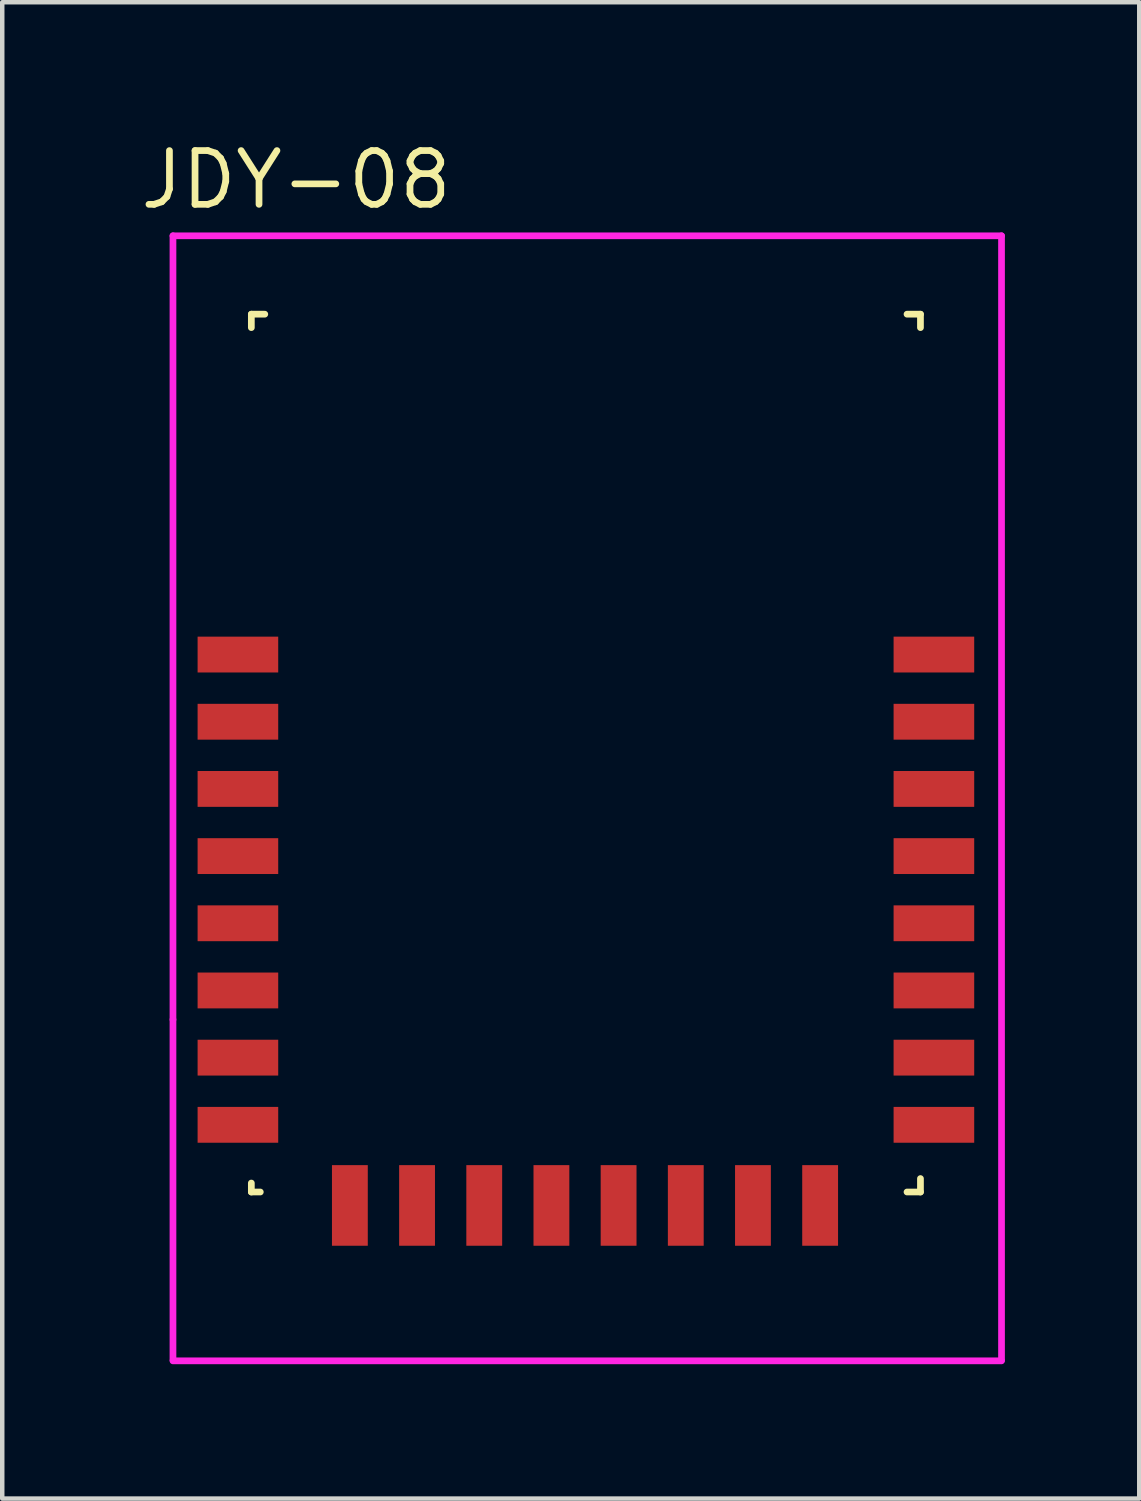
<source format=kicad_pcb>
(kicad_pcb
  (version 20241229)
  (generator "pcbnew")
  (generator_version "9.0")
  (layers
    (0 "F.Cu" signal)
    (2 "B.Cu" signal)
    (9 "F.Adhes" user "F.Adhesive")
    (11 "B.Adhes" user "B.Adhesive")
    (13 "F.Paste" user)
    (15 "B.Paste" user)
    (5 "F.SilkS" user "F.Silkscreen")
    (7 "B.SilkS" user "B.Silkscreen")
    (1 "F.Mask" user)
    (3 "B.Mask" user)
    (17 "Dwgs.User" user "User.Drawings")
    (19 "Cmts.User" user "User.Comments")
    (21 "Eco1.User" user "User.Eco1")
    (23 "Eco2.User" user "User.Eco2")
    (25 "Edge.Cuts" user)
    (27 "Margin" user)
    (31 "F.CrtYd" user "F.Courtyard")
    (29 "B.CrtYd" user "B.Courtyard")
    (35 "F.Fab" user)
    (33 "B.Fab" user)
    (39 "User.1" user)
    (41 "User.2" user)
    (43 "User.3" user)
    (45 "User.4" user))
  (footprint "JDY-08"
    (layer "F.Cu")
    (at 2.562 3.965)
    (property "Reference" "JDY-08" (at 1 -3 0) (layer "F.SilkS") (effects (font (size 1.2 1.2) (thickness 0.15))))
    (attr through_hole)
    (fp_line (start 0 0) (end 0 0.3) (stroke (width 0.15) (type solid)) (layer "F.SilkS"))
    (fp_line (start 0 19.6) (end 0 19.4) (stroke (width 0.15) (type solid)) (layer "F.SilkS"))
    (fp_line (start 0 19.6) (end 0.2 19.6) (stroke (width 0.15) (type solid)) (layer "F.SilkS"))
    (fp_line (start 0.3 0) (end 0 0) (stroke (width 0.15) (type solid)) (layer "F.SilkS"))
    (fp_line (start 14.94 0) (end 14.64 0) (stroke (width 0.15) (type solid)) (layer "F.SilkS"))
    (fp_line (start 14.94 0) (end 14.94 0.3) (stroke (width 0.15) (type solid)) (layer "F.SilkS"))
    (fp_line (start 14.94 19.3) (end 14.94 19.6) (stroke (width 0.15) (type solid)) (layer "F.SilkS"))
    (fp_line (start 14.94 19.6) (end 14.64 19.6) (stroke (width 0.15) (type solid)) (layer "F.SilkS"))
    (fp_line (start -1.75 -1.75) (end 16.75 -1.75) (stroke (width 0.15) (type solid)) (layer "F.CrtYd"))
    (fp_line (start -1.75 15.75) (end -1.75 -1.75) (stroke (width 0.15) (type solid)) (layer "F.CrtYd"))
    (fp_line (start -1.75 15.75) (end -1.75 23.35) (stroke (width 0.15) (type solid)) (layer "F.CrtYd"))
    (fp_line (start 16.75 -1.75) (end 16.75 15.75) (stroke (width 0.15) (type solid)) (layer "F.CrtYd"))
    (fp_line (start 16.75 15.8) (end 16.75 23.35) (stroke (width 0.15) (type solid)) (layer "F.CrtYd"))
    (fp_line (start 16.75 23.37) (end -1.75 23.37) (stroke (width 0.15) (type solid)) (layer "F.CrtYd"))
    (pad "1" smd rect (at -0.3 7.6 90) (size 0.8 1.8) (layers "F.Cu" "F.Mask" "F.Paste"))
    (pad "2" smd rect (at -0.3 9.1 90) (size 0.8 1.8) (layers "F.Cu" "F.Mask" "F.Paste"))
    (pad "3" smd rect (at -0.3 10.6 90) (size 0.8 1.8) (layers "F.Cu" "F.Mask" "F.Paste"))
    (pad "4" smd rect (at -0.3 12.1 90) (size 0.8 1.8) (layers "F.Cu" "F.Mask" "F.Paste"))
    (pad "5" smd rect (at -0.3 13.6 90) (size 0.8 1.8) (layers "F.Cu" "F.Mask" "F.Paste"))
    (pad "6" smd rect (at -0.3 15.1 90) (size 0.8 1.8) (layers "F.Cu" "F.Mask" "F.Paste"))
    (pad "7" smd rect (at -0.3 16.6 90) (size 0.8 1.8) (layers "F.Cu" "F.Mask" "F.Paste"))
    (pad "8" smd rect (at -0.3 18.1 90) (size 0.8 1.8) (layers "F.Cu" "F.Mask" "F.Paste"))
    (pad "9" smd rect (at 2.2 19.9) (size 0.8 1.8) (layers "F.Cu" "F.Mask" "F.Paste"))
    (pad "10" smd rect (at 3.7 19.9) (size 0.8 1.8) (layers "F.Cu" "F.Mask" "F.Paste"))
    (pad "11" smd rect (at 5.2 19.9) (size 0.8 1.8) (layers "F.Cu" "F.Mask" "F.Paste"))
    (pad "12" smd rect (at 6.7 19.9) (size 0.8 1.8) (layers "F.Cu" "F.Mask" "F.Paste"))
    (pad "13" smd rect (at 8.2 19.9) (size 0.8 1.8) (layers "F.Cu" "F.Mask" "F.Paste"))
    (pad "14" smd rect (at 9.7 19.9) (size 0.8 1.8) (layers "F.Cu" "F.Mask" "F.Paste"))
    (pad "15" smd rect (at 11.2 19.9) (size 0.8 1.8) (layers "F.Cu" "F.Mask" "F.Paste"))
    (pad "16" smd rect (at 12.7 19.9) (size 0.8 1.8) (layers "F.Cu" "F.Mask" "F.Paste"))
    (pad "17" smd rect (at 15.24 18.1 90) (size 0.8 1.8) (layers "F.Cu" "F.Mask" "F.Paste"))
    (pad "18" smd rect (at 15.24 16.6 90) (size 0.8 1.8) (layers "F.Cu" "F.Mask" "F.Paste"))
    (pad "19" smd rect (at 15.24 15.1 90) (size 0.8 1.8) (layers "F.Cu" "F.Mask" "F.Paste"))
    (pad "20" smd rect (at 15.24 13.6 90) (size 0.8 1.8) (layers "F.Cu" "F.Mask" "F.Paste"))
    (pad "21" smd rect (at 15.24 12.1 90) (size 0.8 1.8) (layers "F.Cu" "F.Mask" "F.Paste"))
    (pad "22" smd rect (at 15.24 10.6 90) (size 0.8 1.8) (layers "F.Cu" "F.Mask" "F.Paste"))
    (pad "23" smd rect (at 15.24 9.1 90) (size 0.8 1.8) (layers "F.Cu" "F.Mask" "F.Paste"))
    (pad "24" smd rect (at 15.24 7.6 90) (size 0.8 1.8) (layers "F.Cu" "F.Mask" "F.Paste")))
  (gr_rect
    (start -3 -3)
    (end 22.387 30.41)
    (stroke (width 0.1) (type default))
    (fill no)
    (layer "Edge.Cuts")))
</source>
